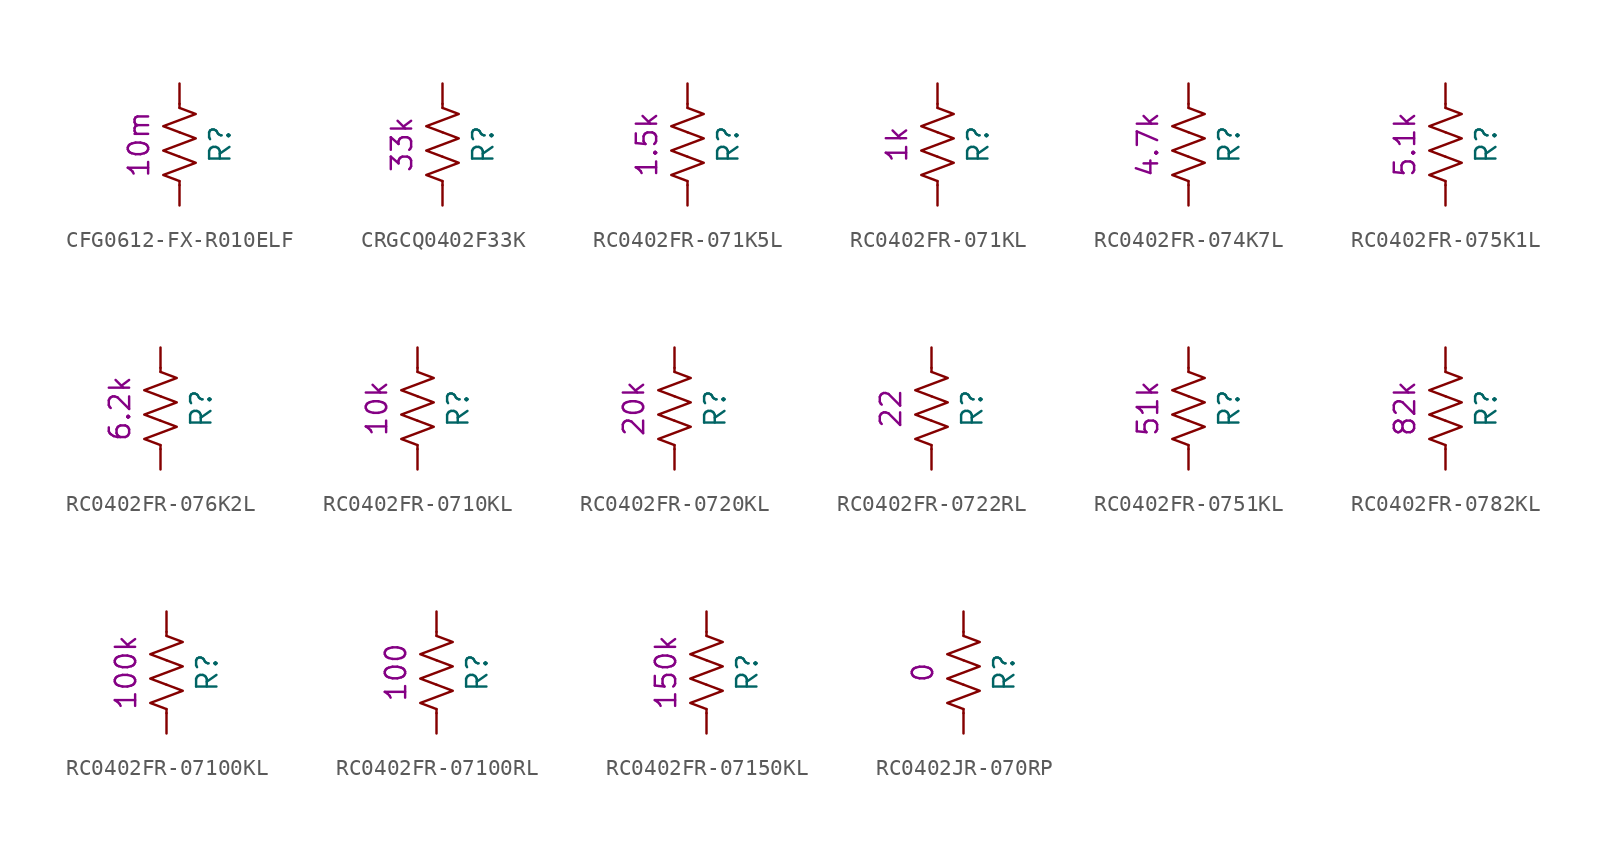
<source format=kicad_sym>
(kicad_symbol_lib
  (version 20210619)
  (generator kicad_symbol_editor)
  (symbol "Resistor_custom:CFG0612-FX-R010ELF"
    (pin_numbers hide)
    (pin_names
      (offset 0))
    (property "Reference" "R"
      (at 2.54 0 90)
      (effects (font (size 1.27 1.27))))
    (property "Resistance" "10m"
      (at -2.54 0 90)
      (effects (font (size 1.27 1.27))))
    (symbol "CFG0612-FX-R010ELF_0_1"
      (polyline (pts (xy 0 -2.286) (xy 0 -2.54)) (stroke (width 0)) (fill (type none)))
      (polyline (pts (xy 0 2.286) (xy 0 2.54)) (stroke (width 0)) (fill (type none)))
      (polyline (pts (xy 0 -0.762) (xy 1.016 -1.143) (xy 0 -1.524) (xy -1.016 -1.905) (xy 0 -2.286)) (stroke (width 0)) (fill (type none)))
      (polyline (pts (xy 0 0.762) (xy 1.016 0.381) (xy 0 0) (xy -1.016 -0.381) (xy 0 -0.762)) (stroke (width 0)) (fill (type none)))
      (polyline (pts (xy 0 2.286) (xy 1.016 1.905) (xy 0 1.524) (xy -1.016 1.143) (xy 0 0.762)) (stroke (width 0)) (fill (type none))))
    (symbol "CFG0612-FX-R010ELF_1_1"
      (pin passive line (at 0 3.81 270) (length 1.27) (name "~" (effects (font (size 1.27 1.27)))) (number "1" (effects (font (size 1.27 1.27)))))
      (pin passive line (at 0 -3.81 90) (length 1.27) (name "~" (effects (font (size 1.27 1.27)))) (number "2" (effects (font (size 1.27 1.27)))))))
  (symbol "Resistor_custom:CRGCQ0402F33K"
    (pin_numbers hide)
    (pin_names
      (offset 0))
    (property "Reference" "R"
      (at 2.54 0 90)
      (effects (font (size 1.27 1.27))))
    (property "Resistance" "33k"
      (at -2.54 0 90)
      (effects (font (size 1.27 1.27))))
    (symbol "CRGCQ0402F33K_0_1"
      (polyline (pts (xy 0 -2.286) (xy 0 -2.54)) (stroke (width 0)) (fill (type none)))
      (polyline (pts (xy 0 2.286) (xy 0 2.54)) (stroke (width 0)) (fill (type none)))
      (polyline (pts (xy 0 -0.762) (xy 1.016 -1.143) (xy 0 -1.524) (xy -1.016 -1.905) (xy 0 -2.286)) (stroke (width 0)) (fill (type none)))
      (polyline (pts (xy 0 0.762) (xy 1.016 0.381) (xy 0 0) (xy -1.016 -0.381) (xy 0 -0.762)) (stroke (width 0)) (fill (type none)))
      (polyline (pts (xy 0 2.286) (xy 1.016 1.905) (xy 0 1.524) (xy -1.016 1.143) (xy 0 0.762)) (stroke (width 0)) (fill (type none))))
    (symbol "CRGCQ0402F33K_1_1"
      (pin passive line (at 0 3.81 270) (length 1.27) (name "~" (effects (font (size 1.27 1.27)))) (number "1" (effects (font (size 1.27 1.27)))))
      (pin passive line (at 0 -3.81 90) (length 1.27) (name "~" (effects (font (size 1.27 1.27)))) (number "2" (effects (font (size 1.27 1.27)))))))
  (symbol "Resistor_custom:RC0402FR-071K5L"
    (pin_numbers hide)
    (pin_names
      (offset 0))
    (property "Reference" "R"
      (at 2.54 0 90)
      (effects (font (size 1.27 1.27))))
    (property "Resistance" "1.5k"
      (at -2.54 0 90)
      (effects (font (size 1.27 1.27))))
    (symbol "RC0402FR-071K5L_0_1"
      (polyline (pts (xy 0 -2.286) (xy 0 -2.54)) (stroke (width 0)) (fill (type none)))
      (polyline (pts (xy 0 2.286) (xy 0 2.54)) (stroke (width 0)) (fill (type none)))
      (polyline (pts (xy 0 -0.762) (xy 1.016 -1.143) (xy 0 -1.524) (xy -1.016 -1.905) (xy 0 -2.286)) (stroke (width 0)) (fill (type none)))
      (polyline (pts (xy 0 0.762) (xy 1.016 0.381) (xy 0 0) (xy -1.016 -0.381) (xy 0 -0.762)) (stroke (width 0)) (fill (type none)))
      (polyline (pts (xy 0 2.286) (xy 1.016 1.905) (xy 0 1.524) (xy -1.016 1.143) (xy 0 0.762)) (stroke (width 0)) (fill (type none))))
    (symbol "RC0402FR-071K5L_1_1"
      (pin passive line (at 0 3.81 270) (length 1.27) (name "~" (effects (font (size 1.27 1.27)))) (number "1" (effects (font (size 1.27 1.27)))))
      (pin passive line (at 0 -3.81 90) (length 1.27) (name "~" (effects (font (size 1.27 1.27)))) (number "2" (effects (font (size 1.27 1.27)))))))
  (symbol "Resistor_custom:RC0402FR-071KL"
    (pin_numbers hide)
    (pin_names
      (offset 0))
    (property "Reference" "R"
      (at 2.54 0 90)
      (effects (font (size 1.27 1.27))))
    (property "Resistance" "1k"
      (at -2.54 0 90)
      (effects (font (size 1.27 1.27))))
    (symbol "RC0402FR-071KL_0_1"
      (polyline (pts (xy 0 -2.286) (xy 0 -2.54)) (stroke (width 0)) (fill (type none)))
      (polyline (pts (xy 0 2.286) (xy 0 2.54)) (stroke (width 0)) (fill (type none)))
      (polyline (pts (xy 0 -0.762) (xy 1.016 -1.143) (xy 0 -1.524) (xy -1.016 -1.905) (xy 0 -2.286)) (stroke (width 0)) (fill (type none)))
      (polyline (pts (xy 0 0.762) (xy 1.016 0.381) (xy 0 0) (xy -1.016 -0.381) (xy 0 -0.762)) (stroke (width 0)) (fill (type none)))
      (polyline (pts (xy 0 2.286) (xy 1.016 1.905) (xy 0 1.524) (xy -1.016 1.143) (xy 0 0.762)) (stroke (width 0)) (fill (type none))))
    (symbol "RC0402FR-071KL_1_1"
      (pin passive line (at 0 3.81 270) (length 1.27) (name "~" (effects (font (size 1.27 1.27)))) (number "1" (effects (font (size 1.27 1.27)))))
      (pin passive line (at 0 -3.81 90) (length 1.27) (name "~" (effects (font (size 1.27 1.27)))) (number "2" (effects (font (size 1.27 1.27)))))))
  (symbol "Resistor_custom:RC0402FR-074K7L"
    (pin_numbers hide)
    (pin_names
      (offset 0))
    (property "Reference" "R"
      (at 2.54 0 90)
      (effects (font (size 1.27 1.27))))
    (property "Resistance" "4.7k"
      (at -2.54 0 90)
      (effects (font (size 1.27 1.27))))
    (symbol "RC0402FR-074K7L_0_1"
      (polyline (pts (xy 0 -2.286) (xy 0 -2.54)) (stroke (width 0)) (fill (type none)))
      (polyline (pts (xy 0 2.286) (xy 0 2.54)) (stroke (width 0)) (fill (type none)))
      (polyline (pts (xy 0 -0.762) (xy 1.016 -1.143) (xy 0 -1.524) (xy -1.016 -1.905) (xy 0 -2.286)) (stroke (width 0)) (fill (type none)))
      (polyline (pts (xy 0 0.762) (xy 1.016 0.381) (xy 0 0) (xy -1.016 -0.381) (xy 0 -0.762)) (stroke (width 0)) (fill (type none)))
      (polyline (pts (xy 0 2.286) (xy 1.016 1.905) (xy 0 1.524) (xy -1.016 1.143) (xy 0 0.762)) (stroke (width 0)) (fill (type none))))
    (symbol "RC0402FR-074K7L_1_1"
      (pin passive line (at 0 3.81 270) (length 1.27) (name "~" (effects (font (size 1.27 1.27)))) (number "1" (effects (font (size 1.27 1.27)))))
      (pin passive line (at 0 -3.81 90) (length 1.27) (name "~" (effects (font (size 1.27 1.27)))) (number "2" (effects (font (size 1.27 1.27)))))))
  (symbol "Resistor_custom:RC0402FR-075K1L"
    (pin_numbers hide)
    (pin_names
      (offset 0))
    (property "Reference" "R"
      (at 2.54 0 90)
      (effects (font (size 1.27 1.27))))
    (property "Resistance" "5.1k"
      (at -2.54 0 90)
      (effects (font (size 1.27 1.27))))
    (symbol "RC0402FR-075K1L_0_1"
      (polyline (pts (xy 0 -2.286) (xy 0 -2.54)) (stroke (width 0)) (fill (type none)))
      (polyline (pts (xy 0 2.286) (xy 0 2.54)) (stroke (width 0)) (fill (type none)))
      (polyline (pts (xy 0 -0.762) (xy 1.016 -1.143) (xy 0 -1.524) (xy -1.016 -1.905) (xy 0 -2.286)) (stroke (width 0)) (fill (type none)))
      (polyline (pts (xy 0 0.762) (xy 1.016 0.381) (xy 0 0) (xy -1.016 -0.381) (xy 0 -0.762)) (stroke (width 0)) (fill (type none)))
      (polyline (pts (xy 0 2.286) (xy 1.016 1.905) (xy 0 1.524) (xy -1.016 1.143) (xy 0 0.762)) (stroke (width 0)) (fill (type none))))
    (symbol "RC0402FR-075K1L_1_1"
      (pin passive line (at 0 3.81 270) (length 1.27) (name "~" (effects (font (size 1.27 1.27)))) (number "1" (effects (font (size 1.27 1.27)))))
      (pin passive line (at 0 -3.81 90) (length 1.27) (name "~" (effects (font (size 1.27 1.27)))) (number "2" (effects (font (size 1.27 1.27)))))))
  (symbol "Resistor_custom:RC0402FR-076K2L"
    (pin_numbers hide)
    (pin_names
      (offset 0))
    (property "Reference" "R"
      (at 2.54 0 90)
      (effects (font (size 1.27 1.27))))
    (property "Resistance" "6.2k"
      (at -2.54 0 90)
      (effects (font (size 1.27 1.27))))
    (symbol "RC0402FR-076K2L_0_1"
      (polyline (pts (xy 0 -2.286) (xy 0 -2.54)) (stroke (width 0)) (fill (type none)))
      (polyline (pts (xy 0 2.286) (xy 0 2.54)) (stroke (width 0)) (fill (type none)))
      (polyline (pts (xy 0 -0.762) (xy 1.016 -1.143) (xy 0 -1.524) (xy -1.016 -1.905) (xy 0 -2.286)) (stroke (width 0)) (fill (type none)))
      (polyline (pts (xy 0 0.762) (xy 1.016 0.381) (xy 0 0) (xy -1.016 -0.381) (xy 0 -0.762)) (stroke (width 0)) (fill (type none)))
      (polyline (pts (xy 0 2.286) (xy 1.016 1.905) (xy 0 1.524) (xy -1.016 1.143) (xy 0 0.762)) (stroke (width 0)) (fill (type none))))
    (symbol "RC0402FR-076K2L_1_1"
      (pin passive line (at 0 3.81 270) (length 1.27) (name "~" (effects (font (size 1.27 1.27)))) (number "1" (effects (font (size 1.27 1.27)))))
      (pin passive line (at 0 -3.81 90) (length 1.27) (name "~" (effects (font (size 1.27 1.27)))) (number "2" (effects (font (size 1.27 1.27)))))))
  (symbol "Resistor_custom:RC0402FR-0710KL"
    (pin_numbers hide)
    (pin_names
      (offset 0))
    (property "Reference" "R"
      (at 2.54 0 90)
      (effects (font (size 1.27 1.27))))
    (property "Resistance" "10k"
      (at -2.54 0 90)
      (effects (font (size 1.27 1.27))))
    (symbol "RC0402FR-0710KL_0_1"
      (polyline (pts (xy 0 -2.286) (xy 0 -2.54)) (stroke (width 0)) (fill (type none)))
      (polyline (pts (xy 0 2.286) (xy 0 2.54)) (stroke (width 0)) (fill (type none)))
      (polyline (pts (xy 0 -0.762) (xy 1.016 -1.143) (xy 0 -1.524) (xy -1.016 -1.905) (xy 0 -2.286)) (stroke (width 0)) (fill (type none)))
      (polyline (pts (xy 0 0.762) (xy 1.016 0.381) (xy 0 0) (xy -1.016 -0.381) (xy 0 -0.762)) (stroke (width 0)) (fill (type none)))
      (polyline (pts (xy 0 2.286) (xy 1.016 1.905) (xy 0 1.524) (xy -1.016 1.143) (xy 0 0.762)) (stroke (width 0)) (fill (type none))))
    (symbol "RC0402FR-0710KL_1_1"
      (pin passive line (at 0 3.81 270) (length 1.27) (name "~" (effects (font (size 1.27 1.27)))) (number "1" (effects (font (size 1.27 1.27)))))
      (pin passive line (at 0 -3.81 90) (length 1.27) (name "~" (effects (font (size 1.27 1.27)))) (number "2" (effects (font (size 1.27 1.27)))))))
  (symbol "Resistor_custom:RC0402FR-0720KL"
    (pin_numbers hide)
    (pin_names
      (offset 0))
    (property "Reference" "R"
      (at 2.54 0 90)
      (effects (font (size 1.27 1.27))))
    (property "Resistance" "20k"
      (at -2.54 0 90)
      (effects (font (size 1.27 1.27))))
    (symbol "RC0402FR-0720KL_0_1"
      (polyline (pts (xy 0 -2.286) (xy 0 -2.54)) (stroke (width 0)) (fill (type none)))
      (polyline (pts (xy 0 2.286) (xy 0 2.54)) (stroke (width 0)) (fill (type none)))
      (polyline (pts (xy 0 -0.762) (xy 1.016 -1.143) (xy 0 -1.524) (xy -1.016 -1.905) (xy 0 -2.286)) (stroke (width 0)) (fill (type none)))
      (polyline (pts (xy 0 0.762) (xy 1.016 0.381) (xy 0 0) (xy -1.016 -0.381) (xy 0 -0.762)) (stroke (width 0)) (fill (type none)))
      (polyline (pts (xy 0 2.286) (xy 1.016 1.905) (xy 0 1.524) (xy -1.016 1.143) (xy 0 0.762)) (stroke (width 0)) (fill (type none))))
    (symbol "RC0402FR-0720KL_1_1"
      (pin passive line (at 0 3.81 270) (length 1.27) (name "~" (effects (font (size 1.27 1.27)))) (number "1" (effects (font (size 1.27 1.27)))))
      (pin passive line (at 0 -3.81 90) (length 1.27) (name "~" (effects (font (size 1.27 1.27)))) (number "2" (effects (font (size 1.27 1.27)))))))
  (symbol "Resistor_custom:RC0402FR-0722RL"
    (pin_numbers hide)
    (pin_names
      (offset 0))
    (property "Reference" "R"
      (at 2.54 0 90)
      (effects (font (size 1.27 1.27))))
    (property "Resistance" "22"
      (at -2.54 0 90)
      (effects (font (size 1.27 1.27))))
    (symbol "RC0402FR-0722RL_0_1"
      (polyline (pts (xy 0 -2.286) (xy 0 -2.54)) (stroke (width 0)) (fill (type none)))
      (polyline (pts (xy 0 2.286) (xy 0 2.54)) (stroke (width 0)) (fill (type none)))
      (polyline (pts (xy 0 -0.762) (xy 1.016 -1.143) (xy 0 -1.524) (xy -1.016 -1.905) (xy 0 -2.286)) (stroke (width 0)) (fill (type none)))
      (polyline (pts (xy 0 0.762) (xy 1.016 0.381) (xy 0 0) (xy -1.016 -0.381) (xy 0 -0.762)) (stroke (width 0)) (fill (type none)))
      (polyline (pts (xy 0 2.286) (xy 1.016 1.905) (xy 0 1.524) (xy -1.016 1.143) (xy 0 0.762)) (stroke (width 0)) (fill (type none))))
    (symbol "RC0402FR-0722RL_1_1"
      (pin passive line (at 0 3.81 270) (length 1.27) (name "~" (effects (font (size 1.27 1.27)))) (number "1" (effects (font (size 1.27 1.27)))))
      (pin passive line (at 0 -3.81 90) (length 1.27) (name "~" (effects (font (size 1.27 1.27)))) (number "2" (effects (font (size 1.27 1.27)))))))
  (symbol "Resistor_custom:RC0402FR-0751KL"
    (pin_numbers hide)
    (pin_names
      (offset 0))
    (property "Reference" "R"
      (at 2.54 0 90)
      (effects (font (size 1.27 1.27))))
    (property "Resistance" "51k"
      (at -2.54 0 90)
      (effects (font (size 1.27 1.27))))
    (symbol "RC0402FR-0751KL_0_1"
      (polyline (pts (xy 0 -2.286) (xy 0 -2.54)) (stroke (width 0)) (fill (type none)))
      (polyline (pts (xy 0 2.286) (xy 0 2.54)) (stroke (width 0)) (fill (type none)))
      (polyline (pts (xy 0 -0.762) (xy 1.016 -1.143) (xy 0 -1.524) (xy -1.016 -1.905) (xy 0 -2.286)) (stroke (width 0)) (fill (type none)))
      (polyline (pts (xy 0 0.762) (xy 1.016 0.381) (xy 0 0) (xy -1.016 -0.381) (xy 0 -0.762)) (stroke (width 0)) (fill (type none)))
      (polyline (pts (xy 0 2.286) (xy 1.016 1.905) (xy 0 1.524) (xy -1.016 1.143) (xy 0 0.762)) (stroke (width 0)) (fill (type none))))
    (symbol "RC0402FR-0751KL_1_1"
      (pin passive line (at 0 3.81 270) (length 1.27) (name "~" (effects (font (size 1.27 1.27)))) (number "1" (effects (font (size 1.27 1.27)))))
      (pin passive line (at 0 -3.81 90) (length 1.27) (name "~" (effects (font (size 1.27 1.27)))) (number "2" (effects (font (size 1.27 1.27)))))))
  (symbol "Resistor_custom:RC0402FR-0782KL"
    (pin_numbers hide)
    (pin_names
      (offset 0))
    (property "Reference" "R"
      (at 2.54 0 90)
      (effects (font (size 1.27 1.27))))
    (property "Resistance" "82k"
      (at -2.54 0 90)
      (effects (font (size 1.27 1.27))))
    (symbol "RC0402FR-0782KL_0_1"
      (polyline (pts (xy 0 -2.286) (xy 0 -2.54)) (stroke (width 0)) (fill (type none)))
      (polyline (pts (xy 0 2.286) (xy 0 2.54)) (stroke (width 0)) (fill (type none)))
      (polyline (pts (xy 0 -0.762) (xy 1.016 -1.143) (xy 0 -1.524) (xy -1.016 -1.905) (xy 0 -2.286)) (stroke (width 0)) (fill (type none)))
      (polyline (pts (xy 0 0.762) (xy 1.016 0.381) (xy 0 0) (xy -1.016 -0.381) (xy 0 -0.762)) (stroke (width 0)) (fill (type none)))
      (polyline (pts (xy 0 2.286) (xy 1.016 1.905) (xy 0 1.524) (xy -1.016 1.143) (xy 0 0.762)) (stroke (width 0)) (fill (type none))))
    (symbol "RC0402FR-0782KL_1_1"
      (pin passive line (at 0 3.81 270) (length 1.27) (name "~" (effects (font (size 1.27 1.27)))) (number "1" (effects (font (size 1.27 1.27)))))
      (pin passive line (at 0 -3.81 90) (length 1.27) (name "~" (effects (font (size 1.27 1.27)))) (number "2" (effects (font (size 1.27 1.27)))))))
  (symbol "Resistor_custom:RC0402FR-07100KL"
    (pin_numbers hide)
    (pin_names
      (offset 0))
    (property "Reference" "R"
      (at 2.54 0 90)
      (effects (font (size 1.27 1.27))))
    (property "Resistance" "100k"
      (at -2.54 0 90)
      (effects (font (size 1.27 1.27))))
    (symbol "RC0402FR-07100KL_0_1"
      (polyline (pts (xy 0 -2.286) (xy 0 -2.54)) (stroke (width 0)) (fill (type none)))
      (polyline (pts (xy 0 2.286) (xy 0 2.54)) (stroke (width 0)) (fill (type none)))
      (polyline (pts (xy 0 -0.762) (xy 1.016 -1.143) (xy 0 -1.524) (xy -1.016 -1.905) (xy 0 -2.286)) (stroke (width 0)) (fill (type none)))
      (polyline (pts (xy 0 0.762) (xy 1.016 0.381) (xy 0 0) (xy -1.016 -0.381) (xy 0 -0.762)) (stroke (width 0)) (fill (type none)))
      (polyline (pts (xy 0 2.286) (xy 1.016 1.905) (xy 0 1.524) (xy -1.016 1.143) (xy 0 0.762)) (stroke (width 0)) (fill (type none))))
    (symbol "RC0402FR-07100KL_1_1"
      (pin passive line (at 0 3.81 270) (length 1.27) (name "~" (effects (font (size 1.27 1.27)))) (number "1" (effects (font (size 1.27 1.27)))))
      (pin passive line (at 0 -3.81 90) (length 1.27) (name "~" (effects (font (size 1.27 1.27)))) (number "2" (effects (font (size 1.27 1.27)))))))
  (symbol "Resistor_custom:RC0402FR-07100RL"
    (pin_numbers hide)
    (pin_names
      (offset 0))
    (property "Reference" "R"
      (at 2.54 0 90)
      (effects (font (size 1.27 1.27))))
    (property "Resistance" "100"
      (at -2.54 0 90)
      (effects (font (size 1.27 1.27))))
    (symbol "RC0402FR-07100RL_0_1"
      (polyline (pts (xy 0 -2.286) (xy 0 -2.54)) (stroke (width 0)) (fill (type none)))
      (polyline (pts (xy 0 2.286) (xy 0 2.54)) (stroke (width 0)) (fill (type none)))
      (polyline (pts (xy 0 -0.762) (xy 1.016 -1.143) (xy 0 -1.524) (xy -1.016 -1.905) (xy 0 -2.286)) (stroke (width 0)) (fill (type none)))
      (polyline (pts (xy 0 0.762) (xy 1.016 0.381) (xy 0 0) (xy -1.016 -0.381) (xy 0 -0.762)) (stroke (width 0)) (fill (type none)))
      (polyline (pts (xy 0 2.286) (xy 1.016 1.905) (xy 0 1.524) (xy -1.016 1.143) (xy 0 0.762)) (stroke (width 0)) (fill (type none))))
    (symbol "RC0402FR-07100RL_1_1"
      (pin passive line (at 0 3.81 270) (length 1.27) (name "~" (effects (font (size 1.27 1.27)))) (number "1" (effects (font (size 1.27 1.27)))))
      (pin passive line (at 0 -3.81 90) (length 1.27) (name "~" (effects (font (size 1.27 1.27)))) (number "2" (effects (font (size 1.27 1.27)))))))
  (symbol "Resistor_custom:RC0402FR-07150KL"
    (pin_numbers hide)
    (pin_names
      (offset 0))
    (property "Reference" "R"
      (at 2.54 0 90)
      (effects (font (size 1.27 1.27))))
    (property "Resistance" "150k"
      (at -2.54 0 90)
      (effects (font (size 1.27 1.27))))
    (symbol "RC0402FR-07150KL_0_1"
      (polyline (pts (xy 0 -2.286) (xy 0 -2.54)) (stroke (width 0)) (fill (type none)))
      (polyline (pts (xy 0 2.286) (xy 0 2.54)) (stroke (width 0)) (fill (type none)))
      (polyline (pts (xy 0 -0.762) (xy 1.016 -1.143) (xy 0 -1.524) (xy -1.016 -1.905) (xy 0 -2.286)) (stroke (width 0)) (fill (type none)))
      (polyline (pts (xy 0 0.762) (xy 1.016 0.381) (xy 0 0) (xy -1.016 -0.381) (xy 0 -0.762)) (stroke (width 0)) (fill (type none)))
      (polyline (pts (xy 0 2.286) (xy 1.016 1.905) (xy 0 1.524) (xy -1.016 1.143) (xy 0 0.762)) (stroke (width 0)) (fill (type none))))
    (symbol "RC0402FR-07150KL_1_1"
      (pin passive line (at 0 3.81 270) (length 1.27) (name "~" (effects (font (size 1.27 1.27)))) (number "1" (effects (font (size 1.27 1.27)))))
      (pin passive line (at 0 -3.81 90) (length 1.27) (name "~" (effects (font (size 1.27 1.27)))) (number "2" (effects (font (size 1.27 1.27)))))))
  (symbol "Resistor_custom:RC0402JR-070RP"
    (pin_numbers hide)
    (pin_names
      (offset 0))
    (property "Reference" "R"
      (at 2.54 0 90)
      (effects (font (size 1.27 1.27))))
    (property "Resistance" "0"
      (at -2.54 0 90)
      (effects (font (size 1.27 1.27))))
    (symbol "RC0402JR-070RP_0_1"
      (polyline (pts (xy 0 -2.286) (xy 0 -2.54)) (stroke (width 0)) (fill (type none)))
      (polyline (pts (xy 0 2.286) (xy 0 2.54)) (stroke (width 0)) (fill (type none)))
      (polyline (pts (xy 0 -0.762) (xy 1.016 -1.143) (xy 0 -1.524) (xy -1.016 -1.905) (xy 0 -2.286)) (stroke (width 0)) (fill (type none)))
      (polyline (pts (xy 0 0.762) (xy 1.016 0.381) (xy 0 0) (xy -1.016 -0.381) (xy 0 -0.762)) (stroke (width 0)) (fill (type none)))
      (polyline (pts (xy 0 2.286) (xy 1.016 1.905) (xy 0 1.524) (xy -1.016 1.143) (xy 0 0.762)) (stroke (width 0)) (fill (type none))))
    (symbol "RC0402JR-070RP_1_1"
      (pin passive line (at 0 3.81 270) (length 1.27) (name "~" (effects (font (size 1.27 1.27)))) (number "1" (effects (font (size 1.27 1.27)))))
      (pin passive line (at 0 -3.81 90) (length 1.27) (name "~" (effects (font (size 1.27 1.27)))) (number "2" (effects (font (size 1.27 1.27))))))))
</source>
